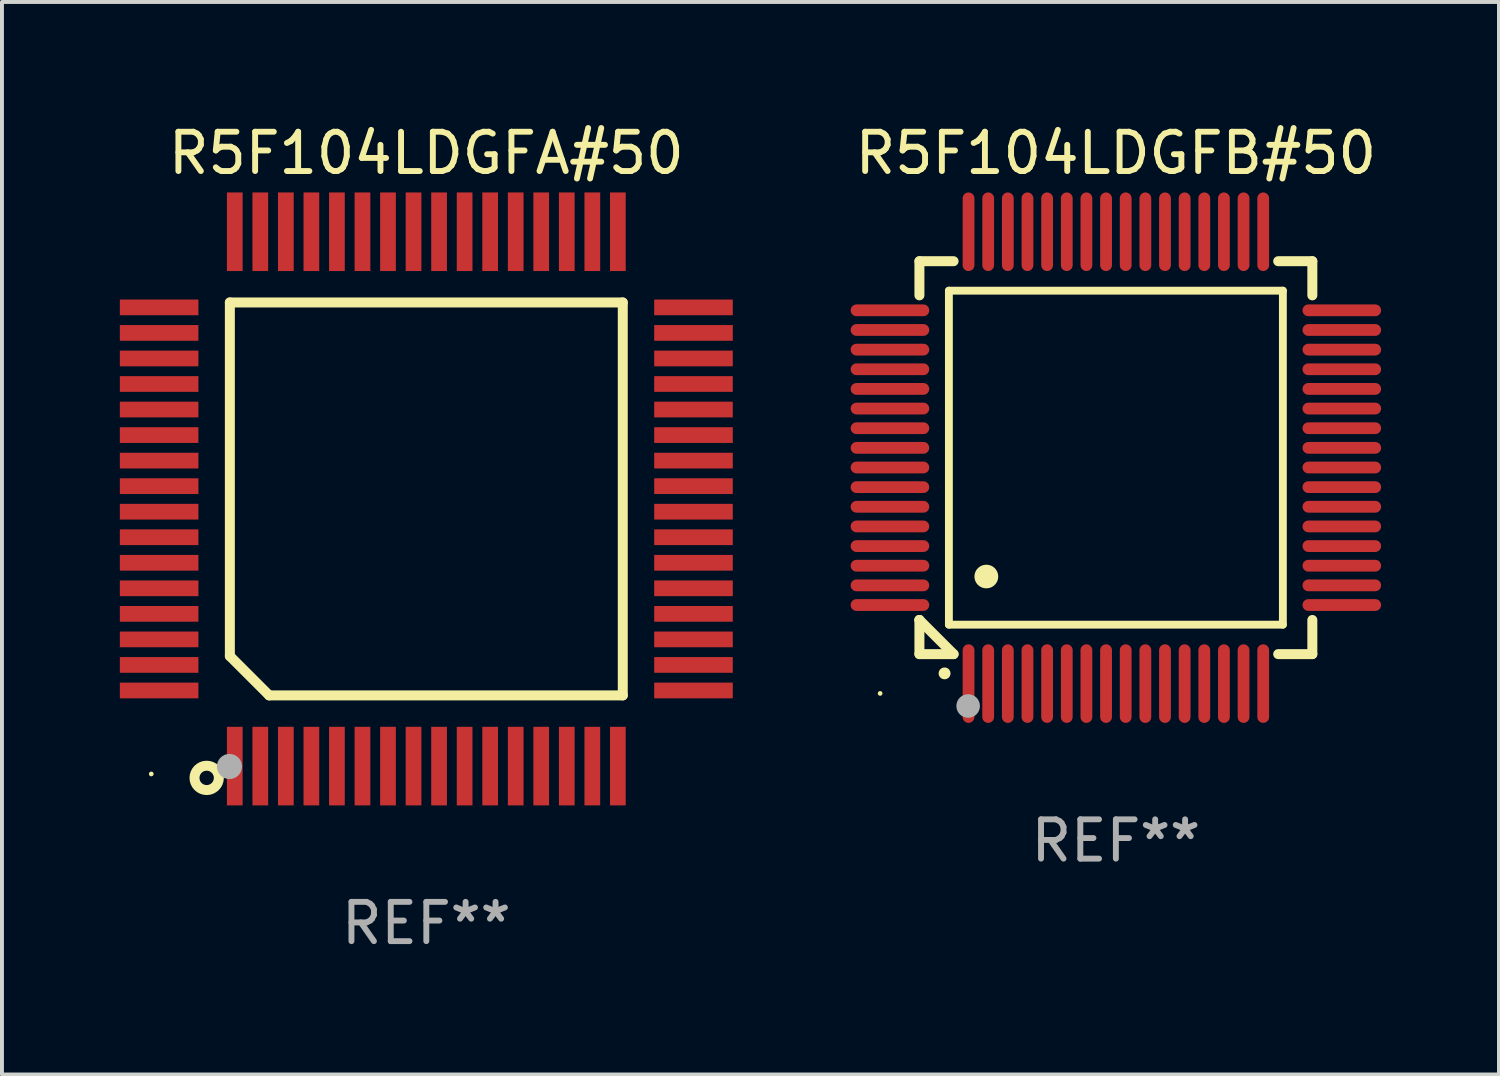
<source format=kicad_pcb>
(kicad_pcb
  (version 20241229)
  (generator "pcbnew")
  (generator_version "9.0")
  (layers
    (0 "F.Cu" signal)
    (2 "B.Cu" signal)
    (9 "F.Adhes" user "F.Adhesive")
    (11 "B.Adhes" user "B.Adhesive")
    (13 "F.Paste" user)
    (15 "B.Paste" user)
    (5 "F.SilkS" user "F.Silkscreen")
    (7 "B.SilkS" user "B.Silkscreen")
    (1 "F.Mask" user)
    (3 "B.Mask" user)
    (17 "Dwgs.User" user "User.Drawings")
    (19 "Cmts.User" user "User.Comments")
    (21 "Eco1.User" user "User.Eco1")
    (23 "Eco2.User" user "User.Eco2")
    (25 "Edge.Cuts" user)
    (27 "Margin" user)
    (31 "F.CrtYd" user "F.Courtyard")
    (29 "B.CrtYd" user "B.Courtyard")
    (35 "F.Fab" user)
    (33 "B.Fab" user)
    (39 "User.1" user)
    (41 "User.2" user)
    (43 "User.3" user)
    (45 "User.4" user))
  (footprint "R5F104LDGFB#50"
    (layer "F.Cu")
    (at 25.35 8.598)
    (property "Reference" "R5F104LDGFB#50" (at 0 -7.75 0) (layer "F.SilkS") (effects (font (size 1 1) (thickness 0.15))))
    (attr through_hole)
    (fp_line (start -5 -5) (end -4.131 -5) (stroke (width 0.254) (type solid)) (layer "F.SilkS"))
    (fp_line (start -5 -4.131) (end -5 -5) (stroke (width 0.254) (type solid)) (layer "F.SilkS"))
    (fp_line (start -5 4.131) (end -5 4.131) (stroke (width 0.254) (type solid)) (layer "F.SilkS"))
    (fp_line (start -5 5) (end -5 4.131) (stroke (width 0.254) (type solid)) (layer "F.SilkS"))
    (fp_line (start -5 4.131) (end -4.131 5) (stroke (width 0.254) (type solid)) (layer "F.SilkS"))
    (fp_line (start -4.25 -4.25) (end -4.25 4.25) (stroke (width 0.2) (type solid)) (layer "F.SilkS"))
    (fp_line (start -4.25 4.25) (end 4.25 4.25) (stroke (width 0.2) (type solid)) (layer "F.SilkS"))
    (fp_line (start -4.131 5) (end -5 5) (stroke (width 0.254) (type solid)) (layer "F.SilkS"))
    (fp_line (start 4.25 -4.25) (end -4.25 -4.25) (stroke (width 0.2) (type solid)) (layer "F.SilkS"))
    (fp_line (start 4.25 4.25) (end 4.25 -4.25) (stroke (width 0.2) (type solid)) (layer "F.SilkS"))
    (fp_line (start 5 -5) (end 4.131 -5) (stroke (width 0.254) (type solid)) (layer "F.SilkS"))
    (fp_line (start 5 -5) (end 5 -4.131) (stroke (width 0.254) (type solid)) (layer "F.SilkS"))
    (fp_line (start 5 4.131) (end 5 5) (stroke (width 0.254) (type solid)) (layer "F.SilkS"))
    (fp_line (start 5 5) (end 4.131 5) (stroke (width 0.254) (type solid)) (layer "F.SilkS"))
    (fp_arc (start -4.361265 5.489992) (mid -4.359995 5.489987) (end -4.358725 5.489992) (stroke (width 0.3) (type solid)) (layer "F.SilkS"))
    (fp_arc (start -3.299467 3.025146) (mid -3.296927 3.025135) (end -3.294387 3.025146) (stroke (width 0.6) (type solid)) (layer "F.SilkS"))
    (fp_circle (center -6 6) (end -5.97 6) (stroke (width 0.06) (type solid)) (fill no) (layer "F.SilkS"))
    (fp_circle (center -3.76 6.32) (end -3.61 6.32) (stroke (width 0.3) (type solid)) (fill no) (layer "F.Fab"))
    (fp_text user "REF**" (at 0 9.75 0) (layer "F.Fab") (effects (font (size 1 1) (thickness 0.15))))
    (pad "1" smd oval (at -3.75 5.75) (size 0.3 2) (layers "F.Cu" "F.Mask" "F.Paste"))
    (pad "2" smd oval (at -3.25 5.75) (size 0.3 2) (layers "F.Cu" "F.Mask" "F.Paste"))
    (pad "3" smd oval (at -2.75 5.75) (size 0.3 2) (layers "F.Cu" "F.Mask" "F.Paste"))
    (pad "4" smd oval (at -2.25 5.75) (size 0.3 2) (layers "F.Cu" "F.Mask" "F.Paste"))
    (pad "5" smd oval (at -1.75 5.75) (size 0.3 2) (layers "F.Cu" "F.Mask" "F.Paste"))
    (pad "6" smd oval (at -1.25 5.75) (size 0.3 2) (layers "F.Cu" "F.Mask" "F.Paste"))
    (pad "7" smd oval (at -0.75 5.75) (size 0.3 2) (layers "F.Cu" "F.Mask" "F.Paste"))
    (pad "8" smd oval (at -0.25 5.75) (size 0.3 2) (layers "F.Cu" "F.Mask" "F.Paste"))
    (pad "9" smd oval (at 0.25 5.75) (size 0.3 2) (layers "F.Cu" "F.Mask" "F.Paste"))
    (pad "10" smd oval (at 0.75 5.75) (size 0.3 2) (layers "F.Cu" "F.Mask" "F.Paste"))
    (pad "11" smd oval (at 1.25 5.75) (size 0.3 2) (layers "F.Cu" "F.Mask" "F.Paste"))
    (pad "12" smd oval (at 1.75 5.75) (size 0.3 2) (layers "F.Cu" "F.Mask" "F.Paste"))
    (pad "13" smd oval (at 2.25 5.75) (size 0.3 2) (layers "F.Cu" "F.Mask" "F.Paste"))
    (pad "14" smd oval (at 2.75 5.75) (size 0.3 2) (layers "F.Cu" "F.Mask" "F.Paste"))
    (pad "15" smd oval (at 3.25 5.75) (size 0.3 2) (layers "F.Cu" "F.Mask" "F.Paste"))
    (pad "16" smd oval (at 3.75 5.75) (size 0.3 2) (layers "F.Cu" "F.Mask" "F.Paste"))
    (pad "17" smd oval (at 5.75 3.75) (size 2 0.3) (layers "F.Cu" "F.Mask" "F.Paste"))
    (pad "18" smd oval (at 5.75 3.25) (size 2 0.3) (layers "F.Cu" "F.Mask" "F.Paste"))
    (pad "19" smd oval (at 5.75 2.75) (size 2 0.3) (layers "F.Cu" "F.Mask" "F.Paste"))
    (pad "20" smd oval (at 5.75 2.25) (size 2 0.3) (layers "F.Cu" "F.Mask" "F.Paste"))
    (pad "21" smd oval (at 5.75 1.75) (size 2 0.3) (layers "F.Cu" "F.Mask" "F.Paste"))
    (pad "22" smd oval (at 5.75 1.25) (size 2 0.3) (layers "F.Cu" "F.Mask" "F.Paste"))
    (pad "23" smd oval (at 5.75 0.75) (size 2 0.3) (layers "F.Cu" "F.Mask" "F.Paste"))
    (pad "24" smd oval (at 5.75 0.25) (size 2 0.3) (layers "F.Cu" "F.Mask" "F.Paste"))
    (pad "25" smd oval (at 5.75 -0.25) (size 2 0.3) (layers "F.Cu" "F.Mask" "F.Paste"))
    (pad "26" smd oval (at 5.75 -0.75) (size 2 0.3) (layers "F.Cu" "F.Mask" "F.Paste"))
    (pad "27" smd oval (at 5.75 -1.25) (size 2 0.3) (layers "F.Cu" "F.Mask" "F.Paste"))
    (pad "28" smd oval (at 5.75 -1.75) (size 2 0.3) (layers "F.Cu" "F.Mask" "F.Paste"))
    (pad "29" smd oval (at 5.75 -2.25) (size 2 0.3) (layers "F.Cu" "F.Mask" "F.Paste"))
    (pad "30" smd oval (at 5.75 -2.75) (size 2 0.3) (layers "F.Cu" "F.Mask" "F.Paste"))
    (pad "31" smd oval (at 5.75 -3.25) (size 2 0.3) (layers "F.Cu" "F.Mask" "F.Paste"))
    (pad "32" smd oval (at 5.75 -3.75) (size 2 0.3) (layers "F.Cu" "F.Mask" "F.Paste"))
    (pad "33" smd oval (at 3.75 -5.75) (size 0.3 2) (layers "F.Cu" "F.Mask" "F.Paste"))
    (pad "34" smd oval (at 3.25 -5.75) (size 0.3 2) (layers "F.Cu" "F.Mask" "F.Paste"))
    (pad "35" smd oval (at 2.75 -5.75) (size 0.3 2) (layers "F.Cu" "F.Mask" "F.Paste"))
    (pad "36" smd oval (at 2.25 -5.75) (size 0.3 2) (layers "F.Cu" "F.Mask" "F.Paste"))
    (pad "37" smd oval (at 1.75 -5.75) (size 0.3 2) (layers "F.Cu" "F.Mask" "F.Paste"))
    (pad "38" smd oval (at 1.25 -5.75) (size 0.3 2) (layers "F.Cu" "F.Mask" "F.Paste"))
    (pad "39" smd oval (at 0.75 -5.75) (size 0.3 2) (layers "F.Cu" "F.Mask" "F.Paste"))
    (pad "40" smd oval (at 0.25 -5.75) (size 0.3 2) (layers "F.Cu" "F.Mask" "F.Paste"))
    (pad "41" smd oval (at -0.25 -5.75) (size 0.3 2) (layers "F.Cu" "F.Mask" "F.Paste"))
    (pad "42" smd oval (at -0.75 -5.75) (size 0.3 2) (layers "F.Cu" "F.Mask" "F.Paste"))
    (pad "43" smd oval (at -1.25 -5.75) (size 0.3 2) (layers "F.Cu" "F.Mask" "F.Paste"))
    (pad "44" smd oval (at -1.75 -5.75) (size 0.3 2) (layers "F.Cu" "F.Mask" "F.Paste"))
    (pad "45" smd oval (at -2.25 -5.75) (size 0.3 2) (layers "F.Cu" "F.Mask" "F.Paste"))
    (pad "46" smd oval (at -2.75 -5.75) (size 0.3 2) (layers "F.Cu" "F.Mask" "F.Paste"))
    (pad "47" smd oval (at -3.25 -5.75) (size 0.3 2) (layers "F.Cu" "F.Mask" "F.Paste"))
    (pad "48" smd oval (at -3.75 -5.75) (size 0.3 2) (layers "F.Cu" "F.Mask" "F.Paste"))
    (pad "49" smd oval (at -5.75 -3.75) (size 2 0.3) (layers "F.Cu" "F.Mask" "F.Paste"))
    (pad "50" smd oval (at -5.75 -3.25) (size 2 0.3) (layers "F.Cu" "F.Mask" "F.Paste"))
    (pad "51" smd oval (at -5.75 -2.75) (size 2 0.3) (layers "F.Cu" "F.Mask" "F.Paste"))
    (pad "52" smd oval (at -5.75 -2.25) (size 2 0.3) (layers "F.Cu" "F.Mask" "F.Paste"))
    (pad "53" smd oval (at -5.75 -1.75) (size 2 0.3) (layers "F.Cu" "F.Mask" "F.Paste"))
    (pad "54" smd oval (at -5.75 -1.25) (size 2 0.3) (layers "F.Cu" "F.Mask" "F.Paste"))
    (pad "55" smd oval (at -5.75 -0.75) (size 2 0.3) (layers "F.Cu" "F.Mask" "F.Paste"))
    (pad "56" smd oval (at -5.75 -0.25) (size 2 0.3) (layers "F.Cu" "F.Mask" "F.Paste"))
    (pad "57" smd oval (at -5.75 0.25) (size 2 0.3) (layers "F.Cu" "F.Mask" "F.Paste"))
    (pad "58" smd oval (at -5.75 0.75) (size 2 0.3) (layers "F.Cu" "F.Mask" "F.Paste"))
    (pad "59" smd oval (at -5.75 1.25) (size 2 0.3) (layers "F.Cu" "F.Mask" "F.Paste"))
    (pad "60" smd oval (at -5.75 1.75) (size 2 0.3) (layers "F.Cu" "F.Mask" "F.Paste"))
    (pad "61" smd oval (at -5.75 2.25) (size 2 0.3) (layers "F.Cu" "F.Mask" "F.Paste"))
    (pad "62" smd oval (at -5.75 2.75) (size 2 0.3) (layers "F.Cu" "F.Mask" "F.Paste"))
    (pad "63" smd oval (at -5.75 3.25) (size 2 0.3) (layers "F.Cu" "F.Mask" "F.Paste"))
    (pad "64" smd oval (at -5.75 3.75) (size 2 0.3) (layers "F.Cu" "F.Mask" "F.Paste")))
  (footprint "R5F104LDGFA#50"
    (layer "F.Cu")
    (at 7.8 9.648)
    (property "Reference" "R5F104LDGFA#50" (at 0 -8.8 0) (layer "F.SilkS") (effects (font (size 1 1) (thickness 0.15))))
    (attr through_hole)
    (fp_line (start -5 -5) (end 5 -5) (stroke (width 0.254) (type solid)) (layer "F.SilkS"))
    (fp_line (start -5 4) (end -5 -5) (stroke (width 0.254) (type solid)) (layer "F.SilkS"))
    (fp_line (start -4 5) (end -5 4) (stroke (width 0.254) (type solid)) (layer "F.SilkS"))
    (fp_line (start 5 -5) (end 5 5) (stroke (width 0.254) (type solid)) (layer "F.SilkS"))
    (fp_line (start 5 5) (end -4 5) (stroke (width 0.254) (type solid)) (layer "F.SilkS"))
    (fp_circle (center -7 7) (end -6.97 7) (stroke (width 0.06) (type solid)) (fill no) (layer "F.SilkS"))
    (fp_circle (center -5.59 7.1) (end -5.28 7.1) (stroke (width 0.254) (type solid)) (fill no) (layer "F.SilkS"))
    (fp_circle (center -5.01 6.81) (end -4.85 6.81) (stroke (width 0.32) (type solid)) (fill no) (layer "F.Fab"))
    (fp_text user "REF**" (at 0 10.8 0) (layer "F.Fab") (effects (font (size 1 1) (thickness 0.15))))
    (pad "1" smd rect (at -4.875 6.8) (size 0.4 2) (layers "F.Cu" "F.Mask" "F.Paste"))
    (pad "2" smd rect (at -4.225 6.8) (size 0.4 2) (layers "F.Cu" "F.Mask" "F.Paste"))
    (pad "3" smd rect (at -3.575 6.8) (size 0.4 2) (layers "F.Cu" "F.Mask" "F.Paste"))
    (pad "4" smd rect (at -2.925 6.8) (size 0.4 2) (layers "F.Cu" "F.Mask" "F.Paste"))
    (pad "5" smd rect (at -2.275 6.8) (size 0.4 2) (layers "F.Cu" "F.Mask" "F.Paste"))
    (pad "6" smd rect (at -1.625 6.8) (size 0.4 2) (layers "F.Cu" "F.Mask" "F.Paste"))
    (pad "7" smd rect (at -0.975 6.8) (size 0.4 2) (layers "F.Cu" "F.Mask" "F.Paste"))
    (pad "8" smd rect (at -0.325 6.8) (size 0.4 2) (layers "F.Cu" "F.Mask" "F.Paste"))
    (pad "9" smd rect (at 0.325 6.8) (size 0.4 2) (layers "F.Cu" "F.Mask" "F.Paste"))
    (pad "10" smd rect (at 0.975 6.8) (size 0.4 2) (layers "F.Cu" "F.Mask" "F.Paste"))
    (pad "11" smd rect (at 1.625 6.8) (size 0.4 2) (layers "F.Cu" "F.Mask" "F.Paste"))
    (pad "12" smd rect (at 2.275 6.8) (size 0.4 2) (layers "F.Cu" "F.Mask" "F.Paste"))
    (pad "13" smd rect (at 2.925 6.8) (size 0.4 2) (layers "F.Cu" "F.Mask" "F.Paste"))
    (pad "14" smd rect (at 3.575 6.8) (size 0.4 2) (layers "F.Cu" "F.Mask" "F.Paste"))
    (pad "15" smd rect (at 4.225 6.8) (size 0.4 2) (layers "F.Cu" "F.Mask" "F.Paste"))
    (pad "16" smd rect (at 4.875 6.8) (size 0.4 2) (layers "F.Cu" "F.Mask" "F.Paste"))
    (pad "17" smd rect (at 6.8 4.875) (size 2 0.4) (layers "F.Cu" "F.Mask" "F.Paste"))
    (pad "18" smd rect (at 6.8 4.225) (size 2 0.4) (layers "F.Cu" "F.Mask" "F.Paste"))
    (pad "19" smd rect (at 6.8 3.575) (size 2 0.4) (layers "F.Cu" "F.Mask" "F.Paste"))
    (pad "20" smd rect (at 6.8 2.925) (size 2 0.4) (layers "F.Cu" "F.Mask" "F.Paste"))
    (pad "21" smd rect (at 6.8 2.275) (size 2 0.4) (layers "F.Cu" "F.Mask" "F.Paste"))
    (pad "22" smd rect (at 6.8 1.625) (size 2 0.4) (layers "F.Cu" "F.Mask" "F.Paste"))
    (pad "23" smd rect (at 6.8 0.975) (size 2 0.4) (layers "F.Cu" "F.Mask" "F.Paste"))
    (pad "24" smd rect (at 6.8 0.325) (size 2 0.4) (layers "F.Cu" "F.Mask" "F.Paste"))
    (pad "25" smd rect (at 6.8 -0.325) (size 2 0.4) (layers "F.Cu" "F.Mask" "F.Paste"))
    (pad "26" smd rect (at 6.8 -0.975) (size 2 0.4) (layers "F.Cu" "F.Mask" "F.Paste"))
    (pad "27" smd rect (at 6.8 -1.625) (size 2 0.4) (layers "F.Cu" "F.Mask" "F.Paste"))
    (pad "28" smd rect (at 6.8 -2.275) (size 2 0.4) (layers "F.Cu" "F.Mask" "F.Paste"))
    (pad "29" smd rect (at 6.8 -2.925) (size 2 0.4) (layers "F.Cu" "F.Mask" "F.Paste"))
    (pad "30" smd rect (at 6.8 -3.575) (size 2 0.4) (layers "F.Cu" "F.Mask" "F.Paste"))
    (pad "31" smd rect (at 6.8 -4.225) (size 2 0.4) (layers "F.Cu" "F.Mask" "F.Paste"))
    (pad "32" smd rect (at 6.8 -4.875) (size 2 0.4) (layers "F.Cu" "F.Mask" "F.Paste"))
    (pad "33" smd rect (at 4.875 -6.8) (size 0.4 2) (layers "F.Cu" "F.Mask" "F.Paste"))
    (pad "34" smd rect (at 4.225 -6.8) (size 0.4 2) (layers "F.Cu" "F.Mask" "F.Paste"))
    (pad "35" smd rect (at 3.575 -6.8) (size 0.4 2) (layers "F.Cu" "F.Mask" "F.Paste"))
    (pad "36" smd rect (at 2.925 -6.8) (size 0.4 2) (layers "F.Cu" "F.Mask" "F.Paste"))
    (pad "37" smd rect (at 2.275 -6.8) (size 0.4 2) (layers "F.Cu" "F.Mask" "F.Paste"))
    (pad "38" smd rect (at 1.625 -6.8) (size 0.4 2) (layers "F.Cu" "F.Mask" "F.Paste"))
    (pad "39" smd rect (at 0.975 -6.8) (size 0.4 2) (layers "F.Cu" "F.Mask" "F.Paste"))
    (pad "40" smd rect (at 0.325 -6.8) (size 0.4 2) (layers "F.Cu" "F.Mask" "F.Paste"))
    (pad "41" smd rect (at -0.325 -6.8) (size 0.4 2) (layers "F.Cu" "F.Mask" "F.Paste"))
    (pad "42" smd rect (at -0.975 -6.8) (size 0.4 2) (layers "F.Cu" "F.Mask" "F.Paste"))
    (pad "43" smd rect (at -1.625 -6.8) (size 0.4 2) (layers "F.Cu" "F.Mask" "F.Paste"))
    (pad "44" smd rect (at -2.275 -6.8) (size 0.4 2) (layers "F.Cu" "F.Mask" "F.Paste"))
    (pad "45" smd rect (at -2.925 -6.8) (size 0.4 2) (layers "F.Cu" "F.Mask" "F.Paste"))
    (pad "46" smd rect (at -3.575 -6.8) (size 0.4 2) (layers "F.Cu" "F.Mask" "F.Paste"))
    (pad "47" smd rect (at -4.225 -6.8) (size 0.4 2) (layers "F.Cu" "F.Mask" "F.Paste"))
    (pad "48" smd rect (at -4.875 -6.8) (size 0.4 2) (layers "F.Cu" "F.Mask" "F.Paste"))
    (pad "49" smd rect (at -6.8 -4.875) (size 2 0.4) (layers "F.Cu" "F.Mask" "F.Paste"))
    (pad "50" smd rect (at -6.8 -4.225) (size 2 0.4) (layers "F.Cu" "F.Mask" "F.Paste"))
    (pad "51" smd rect (at -6.8 -3.575) (size 2 0.4) (layers "F.Cu" "F.Mask" "F.Paste"))
    (pad "52" smd rect (at -6.8 -2.925) (size 2 0.4) (layers "F.Cu" "F.Mask" "F.Paste"))
    (pad "53" smd rect (at -6.8 -2.275) (size 2 0.4) (layers "F.Cu" "F.Mask" "F.Paste"))
    (pad "54" smd rect (at -6.8 -1.625) (size 2 0.4) (layers "F.Cu" "F.Mask" "F.Paste"))
    (pad "55" smd rect (at -6.8 -0.975) (size 2 0.4) (layers "F.Cu" "F.Mask" "F.Paste"))
    (pad "56" smd rect (at -6.8 -0.325) (size 2 0.4) (layers "F.Cu" "F.Mask" "F.Paste"))
    (pad "57" smd rect (at -6.8 0.325) (size 2 0.4) (layers "F.Cu" "F.Mask" "F.Paste"))
    (pad "58" smd rect (at -6.8 0.975) (size 2 0.4) (layers "F.Cu" "F.Mask" "F.Paste"))
    (pad "59" smd rect (at -6.8 1.625) (size 2 0.4) (layers "F.Cu" "F.Mask" "F.Paste"))
    (pad "60" smd rect (at -6.8 2.275) (size 2 0.4) (layers "F.Cu" "F.Mask" "F.Paste"))
    (pad "61" smd rect (at -6.8 2.925) (size 2 0.4) (layers "F.Cu" "F.Mask" "F.Paste"))
    (pad "62" smd rect (at -6.8 3.575) (size 2 0.4) (layers "F.Cu" "F.Mask" "F.Paste"))
    (pad "63" smd rect (at -6.8 4.225) (size 2 0.4) (layers "F.Cu" "F.Mask" "F.Paste"))
    (pad "64" smd rect (at -6.8 4.875) (size 2 0.4) (layers "F.Cu" "F.Mask" "F.Paste")))
  (gr_rect
    (start -3 -3)
    (end 35.1 24.297)
    (stroke (width 0.1) (type default))
    (fill no)
    (layer "Edge.Cuts")))
</source>
